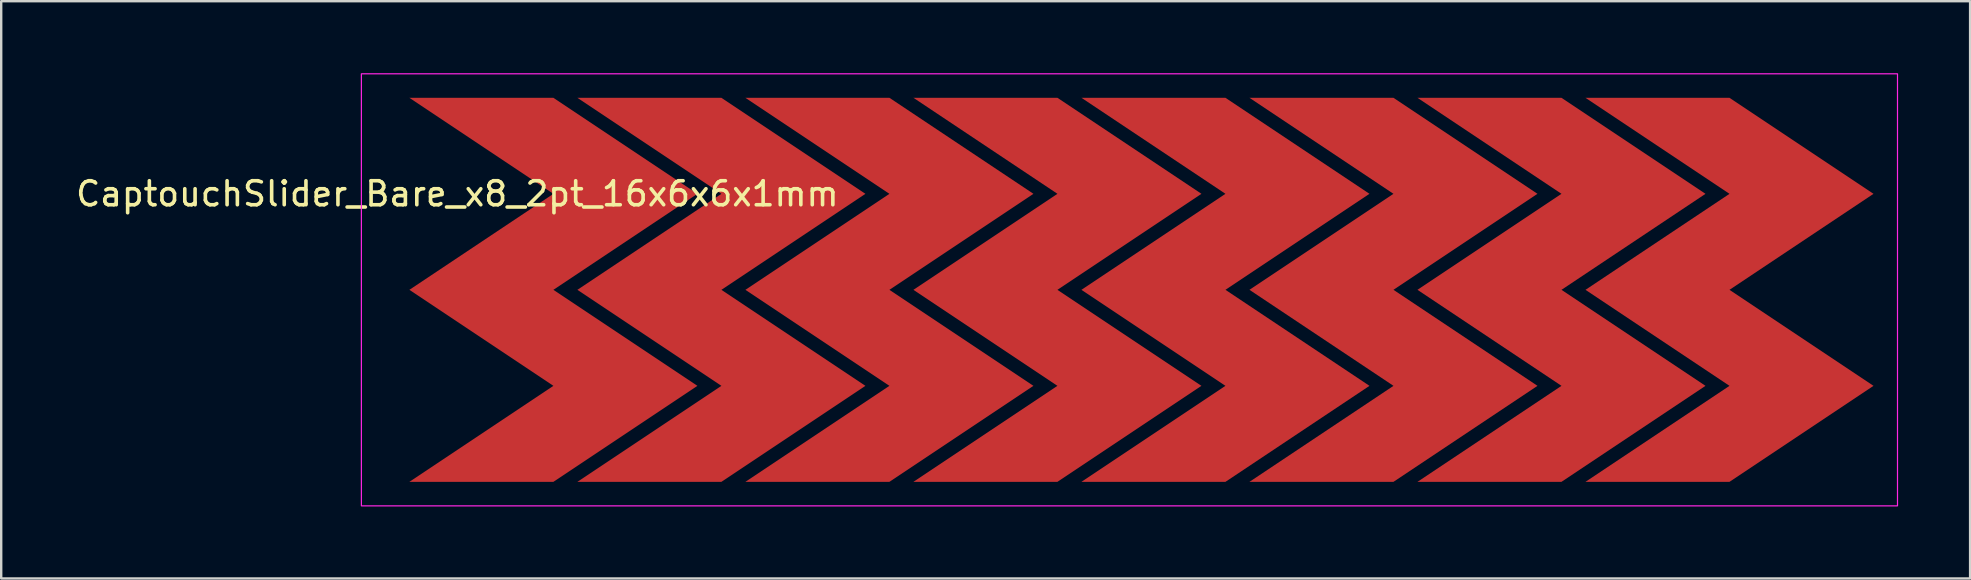
<source format=kicad_pcb>
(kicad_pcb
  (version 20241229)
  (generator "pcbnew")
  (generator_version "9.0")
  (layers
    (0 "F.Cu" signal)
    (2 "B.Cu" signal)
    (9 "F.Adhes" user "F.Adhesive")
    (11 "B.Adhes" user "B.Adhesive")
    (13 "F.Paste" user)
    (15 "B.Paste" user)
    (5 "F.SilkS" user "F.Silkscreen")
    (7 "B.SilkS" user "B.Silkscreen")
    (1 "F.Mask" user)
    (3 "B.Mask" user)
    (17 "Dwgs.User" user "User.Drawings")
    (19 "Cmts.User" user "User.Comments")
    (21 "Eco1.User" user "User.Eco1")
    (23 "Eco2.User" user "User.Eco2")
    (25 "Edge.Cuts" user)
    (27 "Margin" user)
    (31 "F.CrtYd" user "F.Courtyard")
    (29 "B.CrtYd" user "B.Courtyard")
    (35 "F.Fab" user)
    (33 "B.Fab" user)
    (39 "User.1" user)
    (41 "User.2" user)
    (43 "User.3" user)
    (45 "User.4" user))
  (footprint "CaptouchSlider_Bare_x8_2pt_16x6x6x1mm"
    (layer "F.Cu")
    (at 14.006 9.025)
    (property "Reference" "CaptouchSlider_Bare_x8_2pt_16x6x6x1mm" (at 2 -4 0) (layer "F.SilkS") (effects (font (size 1 1) (thickness 0.15))))
    (attr exclude_from_pos_files exclude_from_bom)
    (fp_poly (pts (xy 61 -4) (xy 61 0) (xy 61 4) (xy 61 8) (xy -1 8) (xy -1 4) (xy -1 0) (xy -1 -4) (xy -1 -8) (xy 61 -8)) (stroke (width 2) (type solid)) (fill yes) (layer "F.Mask"))
    (fp_rect (start -2 -9) (end 62 9) (stroke (width 0.05) (type solid)) (fill no) (layer "F.CrtYd"))
    (pad "1" smd custom (at 12 0) (size 1.8 1.8) (layers "F.Cu") (options (anchor circle)) (primitives (gr_poly (pts (xy 7 -4) (xy 1 0) (xy 7 4) (xy 1 8) (xy -5 8) (xy 1 4) (xy -5 0) (xy 1 -4) (xy -5 -8) (xy 1 -8)) (width 0) (fill yes))))
    (pad "2" smd custom (at 19 0) (size 1.8 1.8) (layers "F.Cu") (options (anchor circle)) (primitives (gr_poly (pts (xy 7 -4) (xy 1 0) (xy 7 4) (xy 1 8) (xy -5 8) (xy 1 4) (xy -5 0) (xy 1 -4) (xy -5 -8) (xy 1 -8)) (width 0) (fill yes))))
    (pad "3" smd custom (at 26 0) (size 1.8 1.8) (layers "F.Cu") (options (anchor circle)) (primitives (gr_poly (pts (xy 7 -4) (xy 1 0) (xy 7 4) (xy 1 8) (xy -5 8) (xy 1 4) (xy -5 0) (xy 1 -4) (xy -5 -8) (xy 1 -8)) (width 0) (fill yes))))
    (pad "4" smd custom (at 33 0) (size 1.8 1.8) (layers "F.Cu") (options (anchor circle)) (primitives (gr_poly (pts (xy 7 -4) (xy 1 0) (xy 7 4) (xy 1 8) (xy -5 8) (xy 1 4) (xy -5 0) (xy 1 -4) (xy -5 -8) (xy 1 -8)) (width 0) (fill yes))))
    (pad "5" smd custom (at 40 0) (size 1.8 1.8) (layers "F.Cu") (options (anchor circle)) (primitives (gr_poly (pts (xy 7 -4) (xy 1 0) (xy 7 4) (xy 1 8) (xy -5 8) (xy 1 4) (xy -5 0) (xy 1 -4) (xy -5 -8) (xy 1 -8)) (width 0) (fill yes))))
    (pad "6" smd custom (at 47 0) (size 1.8 1.8) (layers "F.Cu") (options (anchor circle)) (primitives (gr_poly (pts (xy 7 -4) (xy 1 0) (xy 7 4) (xy 1 8) (xy -5 8) (xy 1 4) (xy -5 0) (xy 1 -4) (xy -5 -8) (xy 1 -8)) (width 0) (fill yes))))
    (pad "7" smd custom (at 54 0) (size 1.8 1.8) (layers "F.Cu") (options (anchor circle)) (primitives (gr_poly (pts (xy 7 -4) (xy 1 0) (xy 7 4) (xy 1 8) (xy -5 8) (xy 1 4) (xy -5 0) (xy 1 -4) (xy -5 -8) (xy 1 -8)) (width 0) (fill yes))))
    (pad "8" smd custom (at 5 0) (size 1.8 1.8) (layers "F.Cu") (options (anchor circle)) (primitives (gr_poly (pts (xy 7 -4) (xy 1 0) (xy 7 4) (xy 1 8) (xy -5 8) (xy 1 4) (xy -5 0) (xy 1 -4) (xy -5 -8) (xy 1 -8)) (width 0) (fill yes))))
    (zone (net_name "") (layers "F.Cu" "B.Cu") (hatch edge 0.508) (connect_pads) (min_thickness 0.254) (filled_areas_thickness no) (keepout (tracks not_allowed) (vias not_allowed) (pads not_allowed) (copperpour not_allowed) (footprints not_allowed)) (placement (enabled no)) (fill) (polygon (pts (xy 20.006 5.025) (xy 14.006 9.025) (xy 20.006 13.025) (xy 14.006 17.025) (xy 13.006 17.025) (xy 19.006 13.025) (xy 13.006 9.025) (xy 19.006 5.025) (xy 13.006 1.025) (xy 14.006 1.025))))
    (zone (net_name "") (layers "F.Cu" "B.Cu") (hatch edge 0.508) (connect_pads) (min_thickness 0.254) (filled_areas_thickness no) (keepout (tracks not_allowed) (vias not_allowed) (pads not_allowed) (copperpour not_allowed) (footprints not_allowed)) (placement (enabled no)) (fill) (polygon (pts (xy 27.006 5.025) (xy 21.006 9.025) (xy 27.006 13.025) (xy 21.006 17.025) (xy 20.006 17.025) (xy 26.006 13.025) (xy 20.006 9.025) (xy 26.006 5.025) (xy 20.006 1.025) (xy 21.006 1.025))))
    (zone (net_name "") (layers "F.Cu" "B.Cu") (hatch edge 0.508) (connect_pads) (min_thickness 0.254) (filled_areas_thickness no) (keepout (tracks not_allowed) (vias not_allowed) (pads not_allowed) (copperpour not_allowed) (footprints not_allowed)) (placement (enabled no)) (fill) (polygon (pts (xy 34.006 5.025) (xy 28.006 9.025) (xy 34.006 13.025) (xy 28.006 17.025) (xy 27.006 17.025) (xy 33.006 13.025) (xy 27.006 9.025) (xy 33.006 5.025) (xy 27.006 1.025) (xy 28.006 1.025))))
    (zone (net_name "") (layers "F.Cu" "B.Cu") (hatch edge 0.508) (connect_pads) (min_thickness 0.254) (filled_areas_thickness no) (keepout (tracks not_allowed) (vias not_allowed) (pads not_allowed) (copperpour not_allowed) (footprints not_allowed)) (placement (enabled no)) (fill) (polygon (pts (xy 41.006 5.025) (xy 35.006 9.025) (xy 41.006 13.025) (xy 35.006 17.025) (xy 34.006 17.025) (xy 40.006 13.025) (xy 34.006 9.025) (xy 40.006 5.025) (xy 34.006 1.025) (xy 35.006 1.025))))
    (zone (net_name "") (layers "F.Cu" "B.Cu") (hatch edge 0.508) (connect_pads) (min_thickness 0.254) (filled_areas_thickness no) (keepout (tracks not_allowed) (vias not_allowed) (pads not_allowed) (copperpour not_allowed) (footprints not_allowed)) (placement (enabled no)) (fill) (polygon (pts (xy 48.006 5.025) (xy 42.006 9.025) (xy 48.006 13.025) (xy 42.006 17.025) (xy 41.006 17.025) (xy 47.006 13.025) (xy 41.006 9.025) (xy 47.006 5.025) (xy 41.006 1.025) (xy 42.006 1.025))))
    (zone (net_name "") (layers "F.Cu" "B.Cu") (hatch edge 0.508) (connect_pads) (min_thickness 0.254) (filled_areas_thickness no) (keepout (tracks not_allowed) (vias not_allowed) (pads not_allowed) (copperpour not_allowed) (footprints not_allowed)) (placement (enabled no)) (fill) (polygon (pts (xy 55.006 5.025) (xy 49.006 9.025) (xy 55.006 13.025) (xy 49.006 17.025) (xy 48.006 17.025) (xy 54.006 13.025) (xy 48.006 9.025) (xy 54.006 5.025) (xy 48.006 1.025) (xy 49.006 1.025))))
    (zone (net_name "") (layers "F.Cu" "B.Cu") (hatch edge 0.508) (connect_pads) (min_thickness 0.254) (filled_areas_thickness no) (keepout (tracks not_allowed) (vias not_allowed) (pads not_allowed) (copperpour not_allowed) (footprints not_allowed)) (placement (enabled no)) (fill) (polygon (pts (xy 62.006 5.025) (xy 56.006 9.025) (xy 62.006 13.025) (xy 56.006 17.025) (xy 55.006 17.025) (xy 61.006 13.025) (xy 55.006 9.025) (xy 61.006 5.025) (xy 55.006 1.025) (xy 56.006 1.025))))
    (zone (net_name "") (layers "F.Cu" "B.Cu") (hatch edge 0.508) (connect_pads) (min_thickness 0.254) (filled_areas_thickness no) (keepout (tracks not_allowed) (vias not_allowed) (pads not_allowed) (copperpour not_allowed) (footprints not_allowed)) (placement (enabled no)) (fill) (polygon (pts (xy 69.006 5.025) (xy 63.006 9.025) (xy 69.006 13.025) (xy 63.006 17.025) (xy 62.006 17.025) (xy 68.006 13.025) (xy 62.006 9.025) (xy 68.006 5.025) (xy 62.006 1.025) (xy 63.006 1.025))))
    (zone (net_name "") (layers "F.Cu" "B.Cu") (hatch edge 0.508) (connect_pads) (min_thickness 0.254) (filled_areas_thickness no) (keepout (tracks not_allowed) (vias not_allowed) (pads not_allowed) (copperpour not_allowed) (footprints not_allowed)) (placement (enabled no)) (fill) (polygon (pts (xy 76.006 5.025) (xy 70.006 9.025) (xy 76.006 13.025) (xy 70.006 17.025) (xy 69.006 17.025) (xy 75.006 13.025) (xy 69.006 9.025) (xy 75.006 5.025) (xy 69.006 1.025) (xy 70.006 1.025)))))
  (gr_rect
    (start -3 -3)
    (end 79.031 21.05)
    (stroke (width 0.1) (type default))
    (fill no)
    (layer "Edge.Cuts")))
</source>
